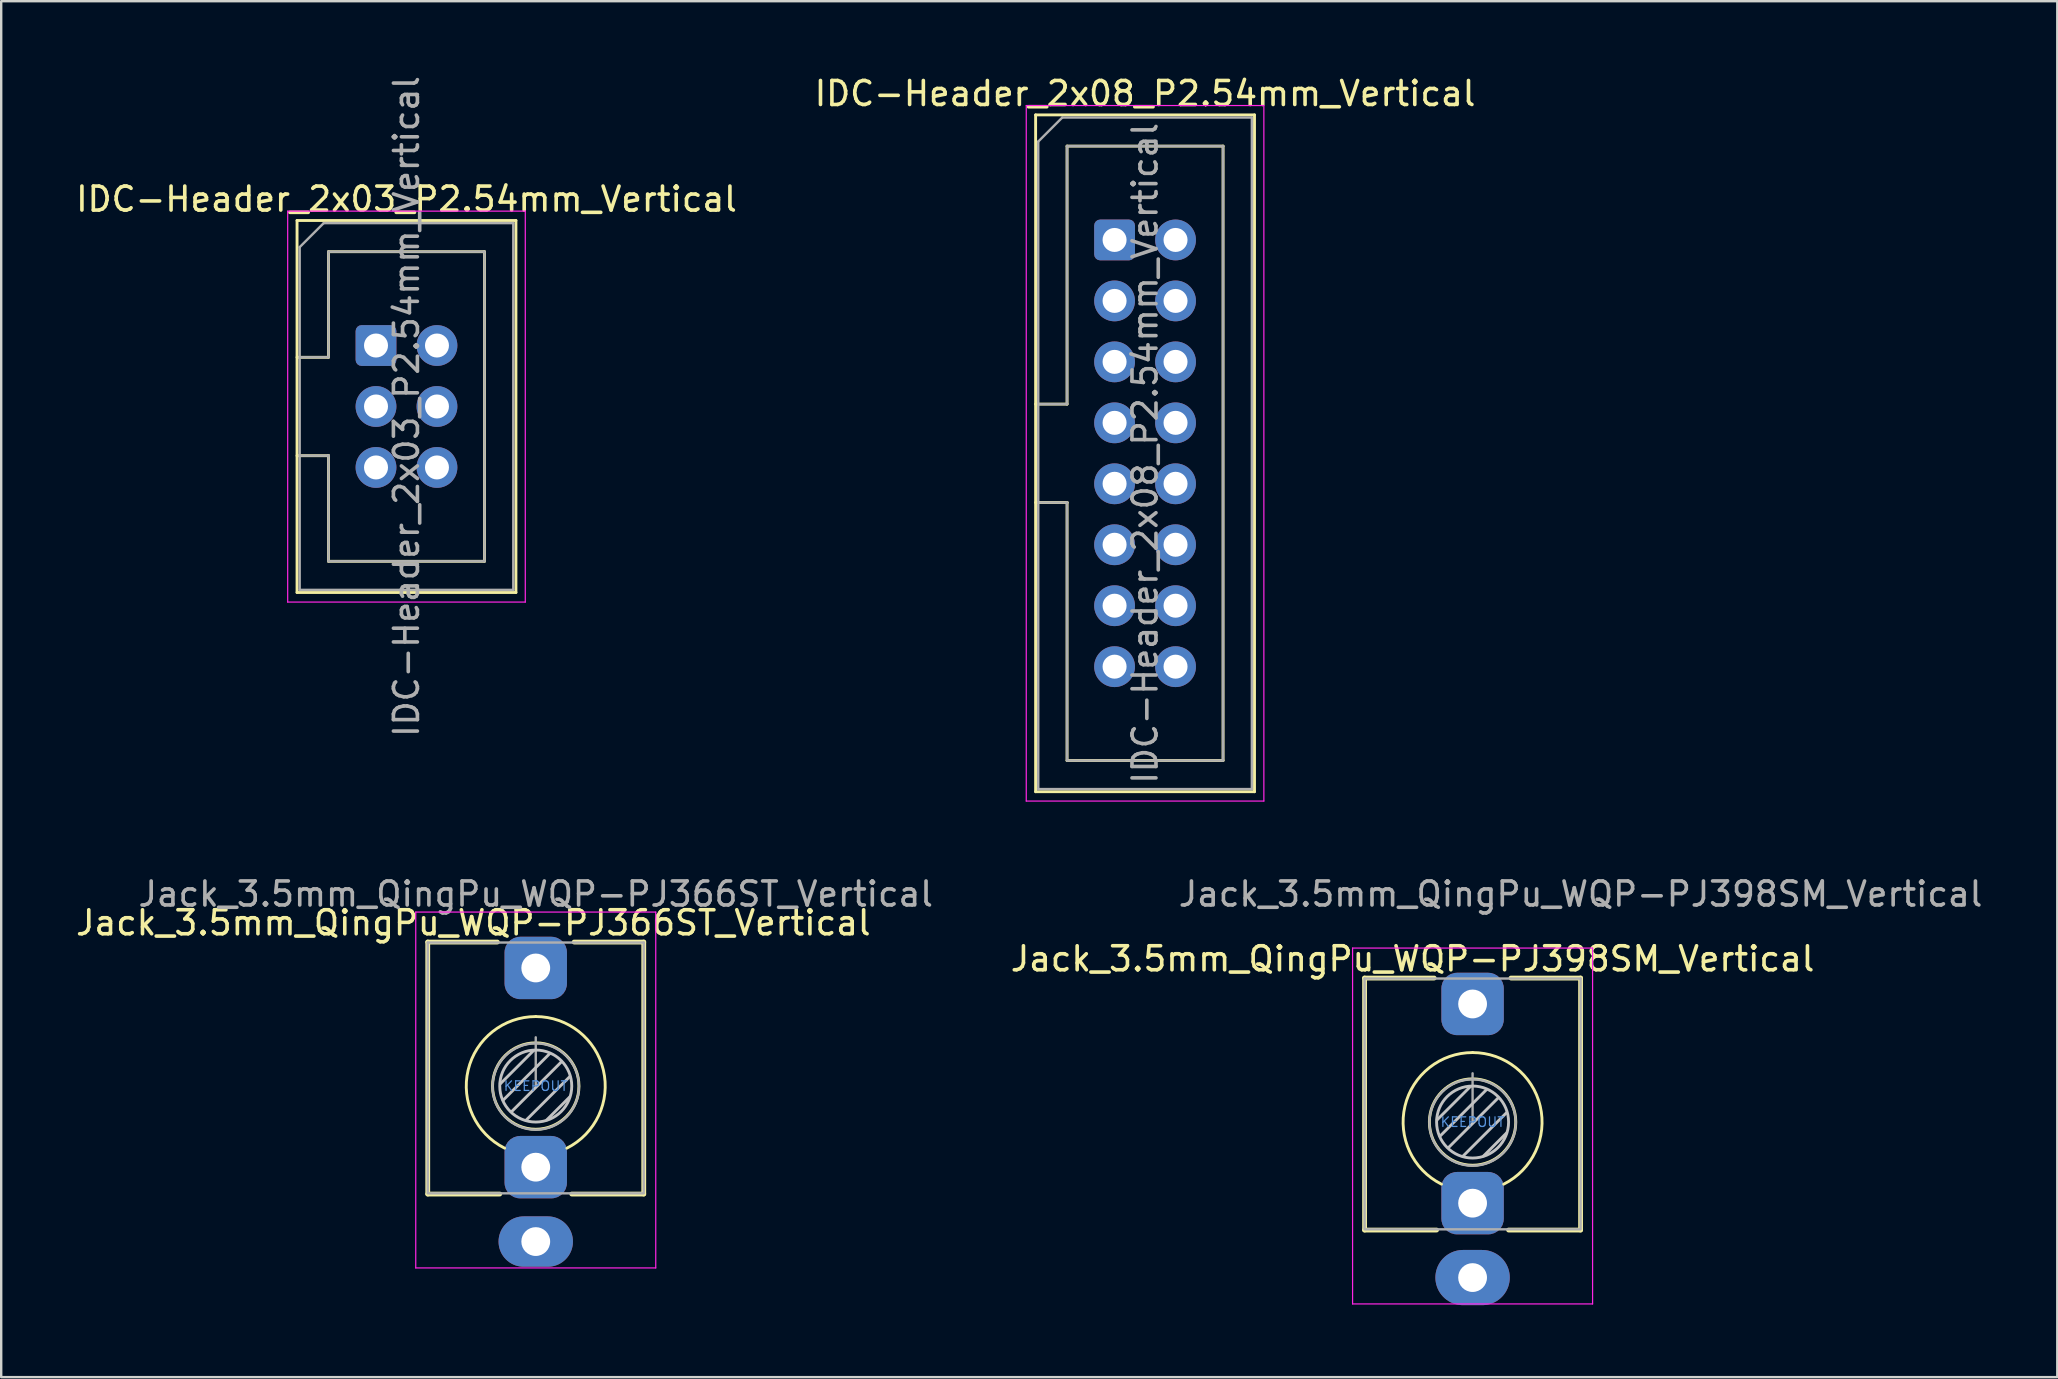
<source format=kicad_pcb>
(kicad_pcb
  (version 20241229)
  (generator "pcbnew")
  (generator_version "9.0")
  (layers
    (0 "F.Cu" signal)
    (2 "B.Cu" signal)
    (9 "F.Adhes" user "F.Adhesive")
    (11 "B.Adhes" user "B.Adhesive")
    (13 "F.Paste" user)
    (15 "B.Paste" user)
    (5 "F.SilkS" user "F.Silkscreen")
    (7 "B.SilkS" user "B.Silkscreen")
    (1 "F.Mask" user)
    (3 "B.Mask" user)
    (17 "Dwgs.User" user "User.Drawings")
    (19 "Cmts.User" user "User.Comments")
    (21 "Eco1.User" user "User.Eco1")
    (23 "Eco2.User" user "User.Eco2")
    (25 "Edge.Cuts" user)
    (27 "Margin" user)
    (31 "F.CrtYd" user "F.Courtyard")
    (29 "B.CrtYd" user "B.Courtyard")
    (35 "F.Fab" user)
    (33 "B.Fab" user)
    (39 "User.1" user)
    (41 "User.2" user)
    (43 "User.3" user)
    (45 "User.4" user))
  (footprint "IDC-Header_2x08_P2.54mm_Vertical"
    (layer "F.Cu")
    (at 43.391 6.948)
    (property "Reference" "IDC-Header_2x08_P2.54mm_Vertical" (at 1.27 -6.1 0) (layer "F.SilkS") (effects (font (size 1 1) (thickness 0.15))))
    (attr through_hole)
    (fp_line (start -3.29 -5.21) (end 5.83 -5.21) (stroke (width 0.12) (type solid)) (layer "F.SilkS"))
    (fp_line (start -3.29 6.84) (end -1.98 6.84) (stroke (width 0.12) (type solid)) (layer "F.SilkS"))
    (fp_line (start -3.29 22.99) (end -3.29 -5.21) (stroke (width 0.12) (type solid)) (layer "F.SilkS"))
    (fp_line (start -1.98 -3.91) (end 4.52 -3.91) (stroke (width 0.12) (type solid)) (layer "F.SilkS"))
    (fp_line (start -1.98 6.84) (end -1.98 -3.91) (stroke (width 0.12) (type solid)) (layer "F.SilkS"))
    (fp_line (start -1.98 10.94) (end -3.29 10.94) (stroke (width 0.12) (type solid)) (layer "F.SilkS"))
    (fp_line (start -1.98 10.94) (end -1.98 10.94) (stroke (width 0.12) (type solid)) (layer "F.SilkS"))
    (fp_line (start -1.98 21.69) (end -1.98 10.94) (stroke (width 0.12) (type solid)) (layer "F.SilkS"))
    (fp_line (start 4.52 -3.91) (end 4.52 21.69) (stroke (width 0.12) (type solid)) (layer "F.SilkS"))
    (fp_line (start 4.52 21.69) (end -1.98 21.69) (stroke (width 0.12) (type solid)) (layer "F.SilkS"))
    (fp_line (start 5.83 -5.21) (end 5.83 22.99) (stroke (width 0.12) (type solid)) (layer "F.SilkS"))
    (fp_line (start 5.83 22.99) (end -3.29 22.99) (stroke (width 0.12) (type solid)) (layer "F.SilkS"))
    (fp_line (start -3.68 -5.6) (end -3.68 23.38) (stroke (width 0.05) (type solid)) (layer "F.CrtYd"))
    (fp_line (start -3.68 23.38) (end 6.22 23.38) (stroke (width 0.05) (type solid)) (layer "F.CrtYd"))
    (fp_line (start 6.22 -5.6) (end -3.68 -5.6) (stroke (width 0.05) (type solid)) (layer "F.CrtYd"))
    (fp_line (start 6.22 23.38) (end 6.22 -5.6) (stroke (width 0.05) (type solid)) (layer "F.CrtYd"))
    (fp_line (start -3.18 -4.1) (end -2.18 -5.1) (stroke (width 0.1) (type solid)) (layer "F.Fab"))
    (fp_line (start -3.18 6.84) (end -1.98 6.84) (stroke (width 0.1) (type solid)) (layer "F.Fab"))
    (fp_line (start -3.18 22.88) (end -3.18 -4.1) (stroke (width 0.1) (type solid)) (layer "F.Fab"))
    (fp_line (start -2.18 -5.1) (end 5.72 -5.1) (stroke (width 0.1) (type solid)) (layer "F.Fab"))
    (fp_line (start -1.98 -3.91) (end 4.52 -3.91) (stroke (width 0.1) (type solid)) (layer "F.Fab"))
    (fp_line (start -1.98 6.84) (end -1.98 -3.91) (stroke (width 0.1) (type solid)) (layer "F.Fab"))
    (fp_line (start -1.98 10.94) (end -3.18 10.94) (stroke (width 0.1) (type solid)) (layer "F.Fab"))
    (fp_line (start -1.98 10.94) (end -1.98 10.94) (stroke (width 0.1) (type solid)) (layer "F.Fab"))
    (fp_line (start -1.98 21.69) (end -1.98 10.94) (stroke (width 0.1) (type solid)) (layer "F.Fab"))
    (fp_line (start 4.52 -3.91) (end 4.52 21.69) (stroke (width 0.1) (type solid)) (layer "F.Fab"))
    (fp_line (start 4.52 21.69) (end -1.98 21.69) (stroke (width 0.1) (type solid)) (layer "F.Fab"))
    (fp_line (start 5.72 -5.1) (end 5.72 22.88) (stroke (width 0.1) (type solid)) (layer "F.Fab"))
    (fp_line (start 5.72 22.88) (end -3.18 22.88) (stroke (width 0.1) (type solid)) (layer "F.Fab"))
    (fp_text user "${REFERENCE}" (at 1.27 8.89 90) (layer "F.Fab") (effects (font (size 1 1) (thickness 0.15))))
    (pad "1" thru_hole roundrect (at 0 0) (size 1.7 1.7) (drill 1) (layers "*.Cu" "*.Mask") (roundrect_rratio 0.147))
    (pad "2" thru_hole circle (at 2.54 0) (size 1.7 1.7) (drill 1) (layers "*.Cu" "*.Mask"))
    (pad "3" thru_hole circle (at 0 2.54) (size 1.7 1.7) (drill 1) (layers "*.Cu" "*.Mask"))
    (pad "4" thru_hole circle (at 2.54 2.54) (size 1.7 1.7) (drill 1) (layers "*.Cu" "*.Mask"))
    (pad "5" thru_hole circle (at 0 5.08) (size 1.7 1.7) (drill 1) (layers "*.Cu" "*.Mask"))
    (pad "6" thru_hole circle (at 2.54 5.08) (size 1.7 1.7) (drill 1) (layers "*.Cu" "*.Mask"))
    (pad "7" thru_hole circle (at 0 7.62) (size 1.7 1.7) (drill 1) (layers "*.Cu" "*.Mask"))
    (pad "8" thru_hole circle (at 2.54 7.62) (size 1.7 1.7) (drill 1) (layers "*.Cu" "*.Mask"))
    (pad "9" thru_hole circle (at 0 10.16) (size 1.7 1.7) (drill 1) (layers "*.Cu" "*.Mask"))
    (pad "10" thru_hole circle (at 2.54 10.16) (size 1.7 1.7) (drill 1) (layers "*.Cu" "*.Mask"))
    (pad "11" thru_hole circle (at 0 12.7) (size 1.7 1.7) (drill 1) (layers "*.Cu" "*.Mask"))
    (pad "12" thru_hole circle (at 2.54 12.7) (size 1.7 1.7) (drill 1) (layers "*.Cu" "*.Mask"))
    (pad "13" thru_hole circle (at 0 15.24) (size 1.7 1.7) (drill 1) (layers "*.Cu" "*.Mask"))
    (pad "14" thru_hole circle (at 2.54 15.24) (size 1.7 1.7) (drill 1) (layers "*.Cu" "*.Mask"))
    (pad "15" thru_hole circle (at 0 17.78) (size 1.7 1.7) (drill 1) (layers "*.Cu" "*.Mask"))
    (pad "16" thru_hole circle (at 2.54 17.78) (size 1.7 1.7) (drill 1) (layers "*.Cu" "*.Mask")))
  (footprint "IDC-Header_2x03_P2.54mm_Vertical"
    (layer "F.Cu")
    (at 12.617 11.347)
    (property "Reference" "IDC-Header_2x03_P2.54mm_Vertical" (at 1.27 -6.1 0) (layer "F.SilkS") (effects (font (size 1 1) (thickness 0.15))))
    (attr through_hole)
    (fp_line (start -3.29 -5.21) (end 5.83 -5.21) (stroke (width 0.12) (type solid)) (layer "F.SilkS"))
    (fp_line (start -3.29 0.49) (end -1.98 0.49) (stroke (width 0.12) (type solid)) (layer "F.SilkS"))
    (fp_line (start -3.29 10.29) (end -3.29 -5.21) (stroke (width 0.12) (type solid)) (layer "F.SilkS"))
    (fp_line (start -1.98 -3.91) (end 4.52 -3.91) (stroke (width 0.12) (type solid)) (layer "F.SilkS"))
    (fp_line (start -1.98 0.49) (end -1.98 -3.91) (stroke (width 0.12) (type solid)) (layer "F.SilkS"))
    (fp_line (start -1.98 4.59) (end -3.29 4.59) (stroke (width 0.12) (type solid)) (layer "F.SilkS"))
    (fp_line (start -1.98 4.59) (end -1.98 4.59) (stroke (width 0.12) (type solid)) (layer "F.SilkS"))
    (fp_line (start -1.98 8.99) (end -1.98 4.59) (stroke (width 0.12) (type solid)) (layer "F.SilkS"))
    (fp_line (start 4.52 -3.91) (end 4.52 8.99) (stroke (width 0.12) (type solid)) (layer "F.SilkS"))
    (fp_line (start 4.52 8.99) (end -1.98 8.99) (stroke (width 0.12) (type solid)) (layer "F.SilkS"))
    (fp_line (start 5.83 -5.21) (end 5.83 10.29) (stroke (width 0.12) (type solid)) (layer "F.SilkS"))
    (fp_line (start 5.83 10.29) (end -3.29 10.29) (stroke (width 0.12) (type solid)) (layer "F.SilkS"))
    (fp_line (start -3.68 -5.6) (end -3.68 10.69) (stroke (width 0.05) (type solid)) (layer "F.CrtYd"))
    (fp_line (start -3.68 10.69) (end 6.22 10.69) (stroke (width 0.05) (type solid)) (layer "F.CrtYd"))
    (fp_line (start 6.22 -5.6) (end -3.68 -5.6) (stroke (width 0.05) (type solid)) (layer "F.CrtYd"))
    (fp_line (start 6.22 10.69) (end 6.22 -5.6) (stroke (width 0.05) (type solid)) (layer "F.CrtYd"))
    (fp_line (start -3.18 -4.1) (end -2.18 -5.1) (stroke (width 0.1) (type solid)) (layer "F.Fab"))
    (fp_line (start -3.18 0.49) (end -1.98 0.49) (stroke (width 0.1) (type solid)) (layer "F.Fab"))
    (fp_line (start -3.18 10.18) (end -3.18 -4.1) (stroke (width 0.1) (type solid)) (layer "F.Fab"))
    (fp_line (start -2.18 -5.1) (end 5.72 -5.1) (stroke (width 0.1) (type solid)) (layer "F.Fab"))
    (fp_line (start -1.98 -3.91) (end 4.52 -3.91) (stroke (width 0.1) (type solid)) (layer "F.Fab"))
    (fp_line (start -1.98 0.49) (end -1.98 -3.91) (stroke (width 0.1) (type solid)) (layer "F.Fab"))
    (fp_line (start -1.98 4.59) (end -3.18 4.59) (stroke (width 0.1) (type solid)) (layer "F.Fab"))
    (fp_line (start -1.98 4.59) (end -1.98 4.59) (stroke (width 0.1) (type solid)) (layer "F.Fab"))
    (fp_line (start -1.98 8.99) (end -1.98 4.59) (stroke (width 0.1) (type solid)) (layer "F.Fab"))
    (fp_line (start 4.52 -3.91) (end 4.52 8.99) (stroke (width 0.1) (type solid)) (layer "F.Fab"))
    (fp_line (start 4.52 8.99) (end -1.98 8.99) (stroke (width 0.1) (type solid)) (layer "F.Fab"))
    (fp_line (start 5.72 -5.1) (end 5.72 10.18) (stroke (width 0.1) (type solid)) (layer "F.Fab"))
    (fp_line (start 5.72 10.18) (end -3.18 10.18) (stroke (width 0.1) (type solid)) (layer "F.Fab"))
    (fp_text user "${REFERENCE}" (at 1.27 2.54 90) (layer "F.Fab") (effects (font (size 1 1) (thickness 0.15))))
    (pad "1" thru_hole roundrect (at 0 0) (size 1.7 1.7) (drill 1) (layers "*.Cu" "*.Mask") (roundrect_rratio 0.147))
    (pad "2" thru_hole circle (at 2.54 0) (size 1.7 1.7) (drill 1) (layers "*.Cu" "*.Mask"))
    (pad "3" thru_hole circle (at 0 2.54) (size 1.7 1.7) (drill 1) (layers "*.Cu" "*.Mask"))
    (pad "4" thru_hole circle (at 2.54 2.54) (size 1.7 1.7) (drill 1) (layers "*.Cu" "*.Mask"))
    (pad "5" thru_hole circle (at 0 5.08) (size 1.7 1.7) (drill 1) (layers "*.Cu" "*.Mask"))
    (pad "6" thru_hole circle (at 2.54 5.08) (size 1.7 1.7) (drill 1) (layers "*.Cu" "*.Mask")))
  (footprint "Jack_3.5mm_QingPu_WQP-PJ366ST_Vertical"
    (layer "F.Cu")
    (at 19.273 42.202)
    (property "Reference" "Jack_3.5mm_QingPu_WQP-PJ366ST_Vertical" (at -2.6 -6.8 0) (layer "F.SilkS") (effects (font (size 1 1) (thickness 0.15))))
    (attr through_hole)
    (fp_line (start -4.5 -6) (end -1.6 -6) (stroke (width 0.2) (type solid)) (layer "F.SilkS"))
    (fp_line (start -4.5 4.5) (end -4.5 -6) (stroke (width 0.2) (type solid)) (layer "F.SilkS"))
    (fp_line (start -4.5 4.5) (end -1.5 4.5) (stroke (width 0.2) (type solid)) (layer "F.SilkS"))
    (fp_line (start 1.5 4.5) (end 4.5 4.5) (stroke (width 0.2) (type solid)) (layer "F.SilkS"))
    (fp_line (start 1.6 -6) (end 4.5 -6) (stroke (width 0.2) (type solid)) (layer "F.SilkS"))
    (fp_line (start 4.5 4.5) (end 4.5 -6) (stroke (width 0.2) (type solid)) (layer "F.SilkS"))
    (fp_arc (start -1.296263 2.588577) (mid -2.817353 -0.665994) (end 0 -2.895) (stroke (width 0.12) (type solid)) (layer "F.SilkS"))
    (fp_arc (start 0 -2.895) (mid 2.817353 -0.665994) (end 1.296263 2.588577) (stroke (width 0.12) (type solid)) (layer "F.SilkS"))
    (fp_circle (center 0 0) (end -1.8 0) (stroke (width 0.12) (type solid)) (fill no) (layer "F.SilkS"))
    (fp_line (start -0.09 -1.48) (end -1.48 -0.09) (stroke (width 0.12) (type solid)) (layer "Dwgs.User"))
    (fp_line (start 0.58 -1.35) (end -1.36 0.59) (stroke (width 0.12) (type solid)) (layer "Dwgs.User"))
    (fp_line (start 1.07 -1.01) (end -1.01 1.07) (stroke (width 0.12) (type solid)) (layer "Dwgs.User"))
    (fp_line (start 1.41 0.46) (end 0.46 1.41) (stroke (width 0.12) (type solid)) (layer "Dwgs.User"))
    (fp_line (start 1.42 -0.395) (end -0.4 1.42) (stroke (width 0.12) (type solid)) (layer "Dwgs.User"))
    (fp_circle (center 0 0) (end -1.5 0) (stroke (width 0.12) (type solid)) (fill no) (layer "Dwgs.User"))
    (fp_line (start -5 -7.25) (end -5 7.58) (stroke (width 0.05) (type solid)) (layer "F.CrtYd"))
    (fp_line (start -5 -7.25) (end 5 -7.25) (stroke (width 0.05) (type solid)) (layer "F.CrtYd"))
    (fp_line (start -5 7.58) (end 5 7.58) (stroke (width 0.05) (type solid)) (layer "F.CrtYd"))
    (fp_line (start 5 -7.25) (end 5 7.58) (stroke (width 0.05) (type solid)) (layer "F.CrtYd"))
    (fp_line (start -4.5 -5.98) (end -4.5 4.42) (stroke (width 0.1) (type solid)) (layer "F.Fab"))
    (fp_line (start -4.5 -5.98) (end 4.5 -5.98) (stroke (width 0.1) (type solid)) (layer "F.Fab"))
    (fp_line (start -4.5 4.47) (end 4.5 4.47) (stroke (width 0.1) (type solid)) (layer "F.Fab"))
    (fp_line (start 0 0) (end 0 -2.03) (stroke (width 0.1) (type solid)) (layer "F.Fab"))
    (fp_line (start 4.5 -5.98) (end 4.5 4.42) (stroke (width 0.1) (type solid)) (layer "F.Fab"))
    (fp_circle (center 0 0.02) (end -1.8 0.02) (stroke (width 0.1) (type solid)) (fill no) (layer "F.Fab"))
    (fp_text user "KEEPOUT" (at 0 0 180) (layer "Cmts.User") (effects (font (size 0.4 0.4) (thickness 0.051))))
    (fp_text user "${REFERENCE}" (at 0 -8 0) (layer "F.Fab") (effects (font (size 1 1) (thickness 0.15))))
    (pad "R" thru_hole roundrect (at 0 3.38) (size 2.6 2.6) (drill 1.2) (layers "*.Cu" "*.Mask") (roundrect_rratio 0.25))
    (pad "S" thru_hole oval (at 0 6.48) (size 3.1 2.1) (drill 1.2) (layers "*.Cu" "*.Mask"))
    (pad "T" thru_hole roundrect (at 0 -4.92) (size 2.6 2.6) (drill 1.2) (layers "*.Cu" "*.Mask") (roundrect_rratio 0.25)))
  (footprint "Jack_3.5mm_QingPu_WQP-PJ398SM_Vertical"
    (layer "F.Cu")
    (at 58.308 43.702)
    (property "Reference" "Jack_3.5mm_QingPu_WQP-PJ398SM_Vertical" (at -2.5 -6.8 0) (layer "F.SilkS") (effects (font (size 1 1) (thickness 0.15))))
    (attr through_hole)
    (fp_line (start -4.5 -6) (end -1.6 -6) (stroke (width 0.2) (type solid)) (layer "F.SilkS"))
    (fp_line (start -4.5 4.5) (end -4.5 -6) (stroke (width 0.2) (type solid)) (layer "F.SilkS"))
    (fp_line (start -4.5 4.5) (end -1.5 4.5) (stroke (width 0.2) (type solid)) (layer "F.SilkS"))
    (fp_line (start 1.5 4.5) (end 4.5 4.5) (stroke (width 0.2) (type solid)) (layer "F.SilkS"))
    (fp_line (start 1.6 -6) (end 4.5 -6) (stroke (width 0.2) (type solid)) (layer "F.SilkS"))
    (fp_line (start 4.5 4.5) (end 4.5 -6) (stroke (width 0.2) (type solid)) (layer "F.SilkS"))
    (fp_arc (start -1.296263 2.588577) (mid -2.817353 -0.665994) (end 0 -2.895) (stroke (width 0.12) (type solid)) (layer "F.SilkS"))
    (fp_arc (start 0 -2.895) (mid 2.817353 -0.665994) (end 1.296263 2.588577) (stroke (width 0.12) (type solid)) (layer "F.SilkS"))
    (fp_circle (center 0 0) (end -1.8 0) (stroke (width 0.12) (type solid)) (fill no) (layer "F.SilkS"))
    (fp_line (start -0.09 -1.48) (end -1.48 -0.09) (stroke (width 0.12) (type solid)) (layer "Dwgs.User"))
    (fp_line (start 0.58 -1.35) (end -1.36 0.59) (stroke (width 0.12) (type solid)) (layer "Dwgs.User"))
    (fp_line (start 1.07 -1.01) (end -1.01 1.07) (stroke (width 0.12) (type solid)) (layer "Dwgs.User"))
    (fp_line (start 1.41 0.46) (end 0.46 1.41) (stroke (width 0.12) (type solid)) (layer "Dwgs.User"))
    (fp_line (start 1.42 -0.395) (end -0.4 1.42) (stroke (width 0.12) (type solid)) (layer "Dwgs.User"))
    (fp_circle (center 0 0) (end -1.5 0) (stroke (width 0.12) (type solid)) (fill no) (layer "Dwgs.User"))
    (fp_line (start -5 -7.25) (end -5 7.58) (stroke (width 0.05) (type solid)) (layer "F.CrtYd"))
    (fp_line (start -5 -7.25) (end 5 -7.25) (stroke (width 0.05) (type solid)) (layer "F.CrtYd"))
    (fp_line (start -5 7.58) (end 5 7.58) (stroke (width 0.05) (type solid)) (layer "F.CrtYd"))
    (fp_line (start 5 -7.25) (end 5 7.58) (stroke (width 0.05) (type solid)) (layer "F.CrtYd"))
    (fp_line (start -4.5 -5.98) (end -4.5 4.42) (stroke (width 0.1) (type solid)) (layer "F.Fab"))
    (fp_line (start -4.5 -5.98) (end 4.5 -5.98) (stroke (width 0.1) (type solid)) (layer "F.Fab"))
    (fp_line (start -4.5 4.47) (end 4.5 4.47) (stroke (width 0.1) (type solid)) (layer "F.Fab"))
    (fp_line (start 0 0) (end 0 -2.03) (stroke (width 0.1) (type solid)) (layer "F.Fab"))
    (fp_line (start 4.5 -5.98) (end 4.5 4.42) (stroke (width 0.1) (type solid)) (layer "F.Fab"))
    (fp_circle (center 0 0.02) (end -1.8 0.02) (stroke (width 0.1) (type solid)) (fill no) (layer "F.Fab"))
    (fp_text user "KEEPOUT" (at 0 0 180) (layer "Cmts.User") (effects (font (size 0.4 0.4) (thickness 0.051))))
    (fp_text user "${REFERENCE}" (at 4.5 -9.5 0) (layer "F.Fab") (effects (font (size 1 1) (thickness 0.15))))
    (pad "S" thru_hole oval (at 0 6.48) (size 3.1 2.3) (drill 1.2) (layers "*.Cu" "*.Mask"))
    (pad "T" thru_hole roundrect (at 0 -4.92) (size 2.6 2.6) (drill 1.2) (layers "*.Cu" "*.Mask") (roundrect_rratio 0.25))
    (pad "TN" thru_hole roundrect (at 0 3.38) (size 2.6 2.6) (drill 1.2) (layers "*.Cu" "*.Mask") (roundrect_rratio 0.25)))
  (gr_rect
    (start -3 -3)
    (end 82.671 54.331)
    (stroke (width 0.1) (type default))
    (fill no)
    (layer "Edge.Cuts")))
</source>
